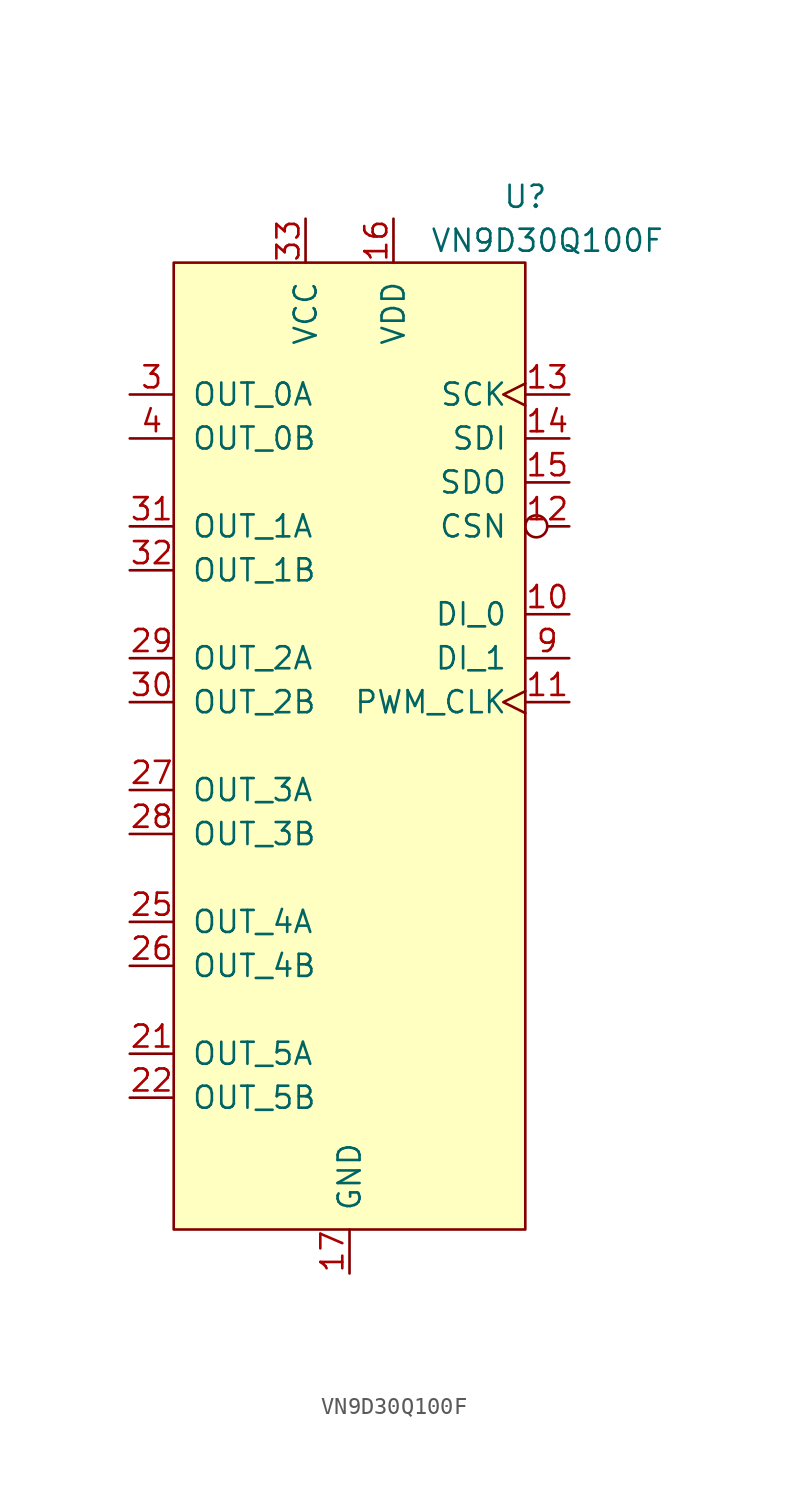
<source format=kicad_sym>
(kicad_symbol_lib
  (version 20211014)
  (generator kicad_symbol_editor)
  (symbol "VN9D30Q100F"
    (pin_names
      (offset 1.016))
    (property "Reference" "U"
      (at 10.16 3.81 0)
      (effects (font (size 1.27 1.27))))
    (property "Value" "VN9D30Q100F"
      (at 11.43 1.27 0)
      (effects (font (size 1.27 1.27))))
    (symbol "VN9D30Q100F_0_1"
      (rectangle (start -10.16 0) (end 10.16 -55.88) (stroke (width 0) (type default) (color 0 0 0 0)) (fill (type background))))
    (symbol "VN9D30Q100F_1_1"
      (pin input line (at 12.7 -20.32 180) (length 2.54) (name "DI_0" (effects (font (size 1.27 1.27)))) (number "10" (effects (font (size 1.27 1.27)))))
      (pin input clock (at 12.7 -25.4 180) (length 2.54) (name "PWM_CLK" (effects (font (size 1.27 1.27)))) (number "11" (effects (font (size 1.27 1.27)))))
      (pin input inverted (at 12.7 -15.24 180) (length 2.54) (name "CSN" (effects (font (size 1.27 1.27)))) (number "12" (effects (font (size 1.27 1.27)))))
      (pin input clock (at 12.7 -7.62 180) (length 2.54) (name "SCK" (effects (font (size 1.27 1.27)))) (number "13" (effects (font (size 1.27 1.27)))))
      (pin input line (at 12.7 -10.16 180) (length 2.54) (name "SDI" (effects (font (size 1.27 1.27)))) (number "14" (effects (font (size 1.27 1.27)))))
      (pin output line (at 12.7 -12.7 180) (length 2.54) (name "SDO" (effects (font (size 1.27 1.27)))) (number "15" (effects (font (size 1.27 1.27)))))
      (pin power_in line (at 2.54 2.54 270) (length 2.54) (name "VDD" (effects (font (size 1.27 1.27)))) (number "16" (effects (font (size 1.27 1.27)))))
      (pin power_in line (at 0 -58.42 90) (length 2.54) (name "GND" (effects (font (size 1.27 1.27)))) (number "17" (effects (font (size 1.27 1.27)))))
      (pin power_out line (at -12.7 -45.72 0) (length 2.54) (name "OUT_5A" (effects (font (size 1.27 1.27)))) (number "21" (effects (font (size 1.27 1.27)))))
      (pin power_out line (at -12.7 -48.26 0) (length 2.54) (name "OUT_5B" (effects (font (size 1.27 1.27)))) (number "22" (effects (font (size 1.27 1.27)))))
      (pin power_out line (at -12.7 -38.1 0) (length 2.54) (name "OUT_4A" (effects (font (size 1.27 1.27)))) (number "25" (effects (font (size 1.27 1.27)))))
      (pin power_out line (at -12.7 -40.64 0) (length 2.54) (name "OUT_4B" (effects (font (size 1.27 1.27)))) (number "26" (effects (font (size 1.27 1.27)))))
      (pin power_out line (at -12.7 -30.48 0) (length 2.54) (name "OUT_3A" (effects (font (size 1.27 1.27)))) (number "27" (effects (font (size 1.27 1.27)))))
      (pin power_out line (at -12.7 -33.02 0) (length 2.54) (name "OUT_3B" (effects (font (size 1.27 1.27)))) (number "28" (effects (font (size 1.27 1.27)))))
      (pin power_out line (at -12.7 -22.86 0) (length 2.54) (name "OUT_2A" (effects (font (size 1.27 1.27)))) (number "29" (effects (font (size 1.27 1.27)))))
      (pin power_out line (at -12.7 -7.62 0) (length 2.54) (name "OUT_0A" (effects (font (size 1.27 1.27)))) (number "3" (effects (font (size 1.27 1.27)))))
      (pin power_out line (at -12.7 -25.4 0) (length 2.54) (name "OUT_2B" (effects (font (size 1.27 1.27)))) (number "30" (effects (font (size 1.27 1.27)))))
      (pin power_out line (at -12.7 -15.24 0) (length 2.54) (name "OUT_1A" (effects (font (size 1.27 1.27)))) (number "31" (effects (font (size 1.27 1.27)))))
      (pin power_out line (at -12.7 -17.78 0) (length 2.54) (name "OUT_1B" (effects (font (size 1.27 1.27)))) (number "32" (effects (font (size 1.27 1.27)))))
      (pin power_in line (at -2.54 2.54 270) (length 2.54) (name "VCC" (effects (font (size 1.27 1.27)))) (number "33" (effects (font (size 1.27 1.27)))))
      (pin power_out line (at -12.7 -10.16 0) (length 2.54) (name "OUT_0B" (effects (font (size 1.27 1.27)))) (number "4" (effects (font (size 1.27 1.27)))))
      (pin input line (at 12.7 -22.86 180) (length 2.54) (name "DI_1" (effects (font (size 1.27 1.27)))) (number "9" (effects (font (size 1.27 1.27))))))))
</source>
